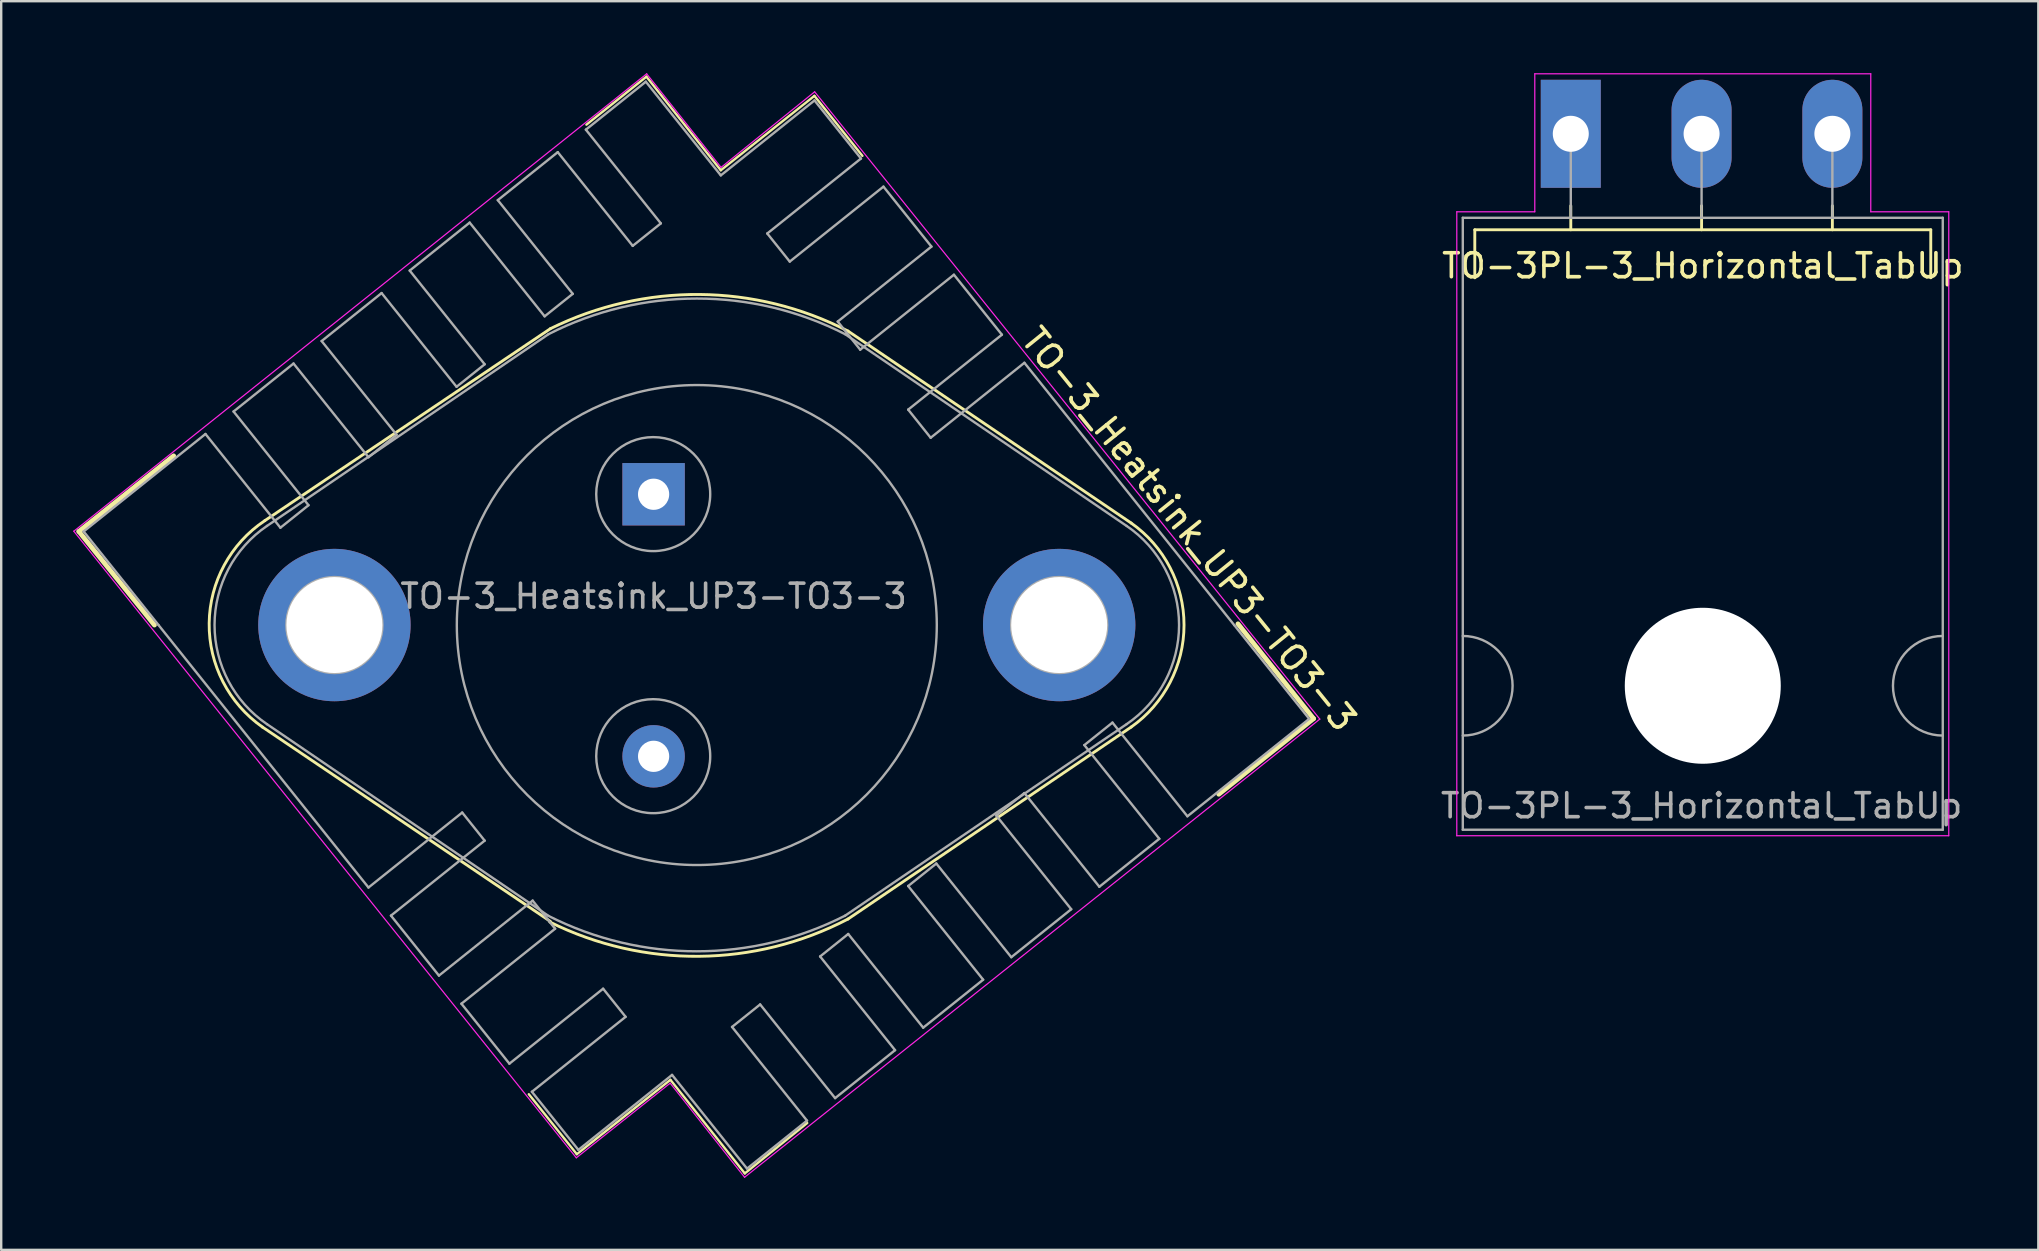
<source format=kicad_pcb>
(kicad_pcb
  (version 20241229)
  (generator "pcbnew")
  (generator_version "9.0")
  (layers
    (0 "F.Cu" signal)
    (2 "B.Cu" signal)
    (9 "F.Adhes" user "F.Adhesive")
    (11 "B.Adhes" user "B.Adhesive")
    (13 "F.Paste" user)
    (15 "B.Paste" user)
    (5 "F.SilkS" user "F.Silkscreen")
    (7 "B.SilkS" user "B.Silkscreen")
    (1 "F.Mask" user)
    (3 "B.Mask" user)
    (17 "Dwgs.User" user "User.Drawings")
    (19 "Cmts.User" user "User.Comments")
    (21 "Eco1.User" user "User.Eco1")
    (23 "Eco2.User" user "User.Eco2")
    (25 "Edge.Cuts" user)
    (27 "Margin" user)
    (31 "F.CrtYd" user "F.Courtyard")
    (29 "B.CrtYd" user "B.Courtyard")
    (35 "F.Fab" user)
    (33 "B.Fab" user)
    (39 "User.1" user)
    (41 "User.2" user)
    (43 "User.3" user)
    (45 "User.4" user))
  (footprint "TO-3_Heatsink_UP3-TO3-3"
    (layer "F.Cu")
    (at 24.185 17.545)
    (property "Reference" "TO-3_Heatsink_UP3-TO3-3" (at 22.31 1.46 309) (layer "F.SilkS") (effects (font (size 1 1) (thickness 0.15))))
    (attr through_hole)
    (fp_line (start -23.95 1.55) (end -20.8 5.45) (stroke (width 0.2) (type default)) (layer "F.SilkS"))
    (fp_line (start -23.95 1.55) (end -20 -1.6) (stroke (width 0.2) (type default)) (layer "F.SilkS"))
    (fp_line (start -5.2 25) (end -3.2 27.5) (stroke (width 0.1) (type default)) (layer "F.SilkS"))
    (fp_line (start -4.3 -6.9) (end -16.2 1.1) (stroke (width 0.12) (type solid)) (layer "F.SilkS"))
    (fp_line (start -4.3 17.8) (end -16.3 9.7) (stroke (width 0.12) (type solid)) (layer "F.SilkS"))
    (fp_line (start -3.2 27.5) (end 0.7 24.4) (stroke (width 0.1) (type default)) (layer "F.SilkS"))
    (fp_line (start -2.8 -15.4) (end -0.3 -17.4) (stroke (width 0.1) (type default)) (layer "F.SilkS"))
    (fp_line (start -0.3 -17.4) (end 2.8 -13.5) (stroke (width 0.1) (type default)) (layer "F.SilkS"))
    (fp_line (start 0.7 24.4) (end 3.8 28.3) (stroke (width 0.1) (type default)) (layer "F.SilkS"))
    (fp_line (start 2.8 -13.5) (end 6.7 -16.6) (stroke (width 0.1) (type default)) (layer "F.SilkS"))
    (fp_line (start 3.8 28.3) (end 6.4 26.2) (stroke (width 0.1) (type default)) (layer "F.SilkS"))
    (fp_line (start 6.7 -16.6) (end 8.7 -14.1) (stroke (width 0.1) (type default)) (layer "F.SilkS"))
    (fp_line (start 8.1 -6.8) (end 19.9 1.2) (stroke (width 0.12) (type solid)) (layer "F.SilkS"))
    (fp_line (start 8.1 17.7) (end 19.9 9.7) (stroke (width 0.12) (type solid)) (layer "F.SilkS"))
    (fp_line (start 27.5 9.35) (end 23.55 12.5) (stroke (width 0.2) (type default)) (layer "F.SilkS"))
    (fp_line (start 27.5 9.35) (end 24.35 5.4) (stroke (width 0.2) (type default)) (layer "F.SilkS"))
    (fp_arc (start -16.3 9.7) (mid -18.519226 5.373613) (end -16.2 1.1) (stroke (width 0.12) (type solid)) (layer "F.SilkS"))
    (fp_arc (start -4.3 -6.9) (mid 1.911888 -8.324079) (end 8.1 -6.8) (stroke (width 0.12) (type solid)) (layer "F.SilkS"))
    (fp_arc (start 8.1 17.7) (mid 1.90661 19.252956) (end -4.325 17.825) (stroke (width 0.12) (type solid)) (layer "F.SilkS"))
    (fp_arc (start 19.9 1.2) (mid 22.102158 5.45) (end 19.9 9.7) (stroke (width 0.12) (type solid)) (layer "F.SilkS"))
    (fp_line (start -24.16 1.54) (end -3.22 27.65) (stroke (width 0.05) (type default)) (layer "F.CrtYd"))
    (fp_line (start -3.22 27.65) (end 0.69 24.54) (stroke (width 0.05) (type default)) (layer "F.CrtYd"))
    (fp_line (start -0.29 -17.52) (end -24.16 1.54) (stroke (width 0.05) (type default)) (layer "F.CrtYd"))
    (fp_line (start 0.69 24.54) (end 3.79 28.46) (stroke (width 0.05) (type default)) (layer "F.CrtYd"))
    (fp_line (start 2.81 -13.62) (end -0.29 -17.52) (stroke (width 0.05) (type default)) (layer "F.CrtYd"))
    (fp_line (start 3.79 28.46) (end 27.76 9.37) (stroke (width 0.05) (type default)) (layer "F.CrtYd"))
    (fp_line (start 6.71 -16.77) (end 2.81 -13.62) (stroke (width 0.05) (type default)) (layer "F.CrtYd"))
    (fp_line (start 27.76 9.37) (end 6.71 -16.77) (stroke (width 0.05) (type default)) (layer "F.CrtYd"))
    (fp_line (start -23.75 1.55) (end -18.674 -2.511) (stroke (width 0.1) (type default)) (layer "F.Fab"))
    (fp_line (start -20.627 5.454) (end -23.75 1.55) (stroke (width 0.1) (type default)) (layer "F.Fab"))
    (fp_line (start -18.674 -2.511) (end -15.551 1.394) (stroke (width 0.1) (type default)) (layer "F.Fab"))
    (fp_line (start -17.503 -3.448) (end -15.004 -5.447) (stroke (width 0.1) (type default)) (layer "F.Fab"))
    (fp_line (start -15.551 1.394) (end -14.38 0.457) (stroke (width 0.1) (type default)) (layer "F.Fab"))
    (fp_line (start -15.004 -5.447) (end -11.881 -1.542) (stroke (width 0.1) (type default)) (layer "F.Fab"))
    (fp_line (start -14.38 0.457) (end -17.503 -3.448) (stroke (width 0.1) (type default)) (layer "F.Fab"))
    (fp_line (start -13.833 -6.384) (end -11.334 -8.383) (stroke (width 0.1) (type default)) (layer "F.Fab"))
    (fp_line (start -11.881 -1.542) (end -10.709 -2.479) (stroke (width 0.1) (type default)) (layer "F.Fab"))
    (fp_line (start -11.881 16.387) (end -20.627 5.454) (stroke (width 0.1) (type default)) (layer "F.Fab"))
    (fp_line (start -11.334 -8.383) (end -8.211 -4.478) (stroke (width 0.1) (type default)) (layer "F.Fab"))
    (fp_line (start -10.944 17.558) (end -7.039 14.434) (stroke (width 0.1) (type default)) (layer "F.Fab"))
    (fp_line (start -10.709 -2.479) (end -13.833 -6.384) (stroke (width 0.1) (type default)) (layer "F.Fab"))
    (fp_line (start -10.163 -9.32) (end -7.664 -11.319) (stroke (width 0.1) (type default)) (layer "F.Fab"))
    (fp_line (start -8.945 20.057) (end -10.944 17.558) (stroke (width 0.1) (type default)) (layer "F.Fab"))
    (fp_line (start -8.211 -4.478) (end -7.039 -5.415) (stroke (width 0.1) (type default)) (layer "F.Fab"))
    (fp_line (start -8.008 21.228) (end -4.103 18.104) (stroke (width 0.1) (type default)) (layer "F.Fab"))
    (fp_line (start -7.976 13.263) (end -11.881 16.387) (stroke (width 0.1) (type default)) (layer "F.Fab"))
    (fp_line (start -7.664 -11.319) (end -4.541 -7.414) (stroke (width 0.1) (type default)) (layer "F.Fab"))
    (fp_line (start -7.039 -5.415) (end -10.163 -9.32) (stroke (width 0.1) (type default)) (layer "F.Fab"))
    (fp_line (start -7.039 14.434) (end -7.976 13.263) (stroke (width 0.1) (type default)) (layer "F.Fab"))
    (fp_line (start -6.493 -12.256) (end -3.994 -14.255) (stroke (width 0.1) (type default)) (layer "F.Fab"))
    (fp_line (start -6.009 23.727) (end -8.008 21.228) (stroke (width 0.1) (type default)) (layer "F.Fab"))
    (fp_line (start -5.072 24.898) (end -1.167 21.775) (stroke (width 0.1) (type default)) (layer "F.Fab"))
    (fp_line (start -5.04 16.933) (end -8.945 20.057) (stroke (width 0.1) (type default)) (layer "F.Fab"))
    (fp_line (start -4.541 -7.414) (end -3.369 -8.351) (stroke (width 0.1) (type default)) (layer "F.Fab"))
    (fp_line (start -4.38 -6.67) (end -16.11 1.32) (stroke (width 0.1) (type solid)) (layer "F.Fab"))
    (fp_line (start -4.38 17.57) (end -16.11 9.58) (stroke (width 0.1) (type solid)) (layer "F.Fab"))
    (fp_line (start -4.103 18.104) (end -5.04 16.933) (stroke (width 0.1) (type default)) (layer "F.Fab"))
    (fp_line (start -3.994 -14.255) (end -0.871 -10.35) (stroke (width 0.1) (type default)) (layer "F.Fab"))
    (fp_line (start -3.369 -8.351) (end -6.493 -12.256) (stroke (width 0.1) (type default)) (layer "F.Fab"))
    (fp_line (start -3.135 27.319) (end -5.072 24.898) (stroke (width 0.1) (type default)) (layer "F.Fab"))
    (fp_line (start -2.823 -15.192) (end -0.324 -17.191) (stroke (width 0.1) (type default)) (layer "F.Fab"))
    (fp_line (start -2.104 20.603) (end -6.009 23.727) (stroke (width 0.1) (type default)) (layer "F.Fab"))
    (fp_line (start -1.167 21.775) (end -2.104 20.603) (stroke (width 0.1) (type default)) (layer "F.Fab"))
    (fp_line (start -0.871 -10.35) (end 0.301 -11.287) (stroke (width 0.1) (type default)) (layer "F.Fab"))
    (fp_line (start -0.324 -17.191) (end 2.8 -13.287) (stroke (width 0.1) (type default)) (layer "F.Fab"))
    (fp_line (start 0.301 -11.287) (end -2.823 -15.192) (stroke (width 0.1) (type default)) (layer "F.Fab"))
    (fp_line (start 0.769 24.195) (end -3.135 27.319) (stroke (width 0.1) (type default)) (layer "F.Fab"))
    (fp_line (start 2.8 -13.287) (end 6.704 -16.41) (stroke (width 0.1) (type default)) (layer "F.Fab"))
    (fp_line (start 3.268 22.196) (end 6.392 26.101) (stroke (width 0.1) (type default)) (layer "F.Fab"))
    (fp_line (start 3.893 28.1) (end 0.769 24.195) (stroke (width 0.1) (type default)) (layer "F.Fab"))
    (fp_line (start 4.439 21.259) (end 3.268 22.196) (stroke (width 0.1) (type default)) (layer "F.Fab"))
    (fp_line (start 4.736 -10.866) (end 5.673 -9.695) (stroke (width 0.1) (type default)) (layer "F.Fab"))
    (fp_line (start 5.673 -9.695) (end 9.577 -12.818) (stroke (width 0.1) (type default)) (layer "F.Fab"))
    (fp_line (start 6.392 26.101) (end 3.893 28.1) (stroke (width 0.1) (type default)) (layer "F.Fab"))
    (fp_line (start 6.704 -16.41) (end 8.64 -13.989) (stroke (width 0.1) (type default)) (layer "F.Fab"))
    (fp_line (start 6.938 19.26) (end 10.062 23.164) (stroke (width 0.1) (type default)) (layer "F.Fab"))
    (fp_line (start 7.563 25.163) (end 4.439 21.259) (stroke (width 0.1) (type default)) (layer "F.Fab"))
    (fp_line (start 7.672 -7.196) (end 8.609 -6.024) (stroke (width 0.1) (type default)) (layer "F.Fab"))
    (fp_line (start 7.98 -6.67) (end 19.71 1.32) (stroke (width 0.1) (type solid)) (layer "F.Fab"))
    (fp_line (start 7.98 17.56) (end 19.71 9.58) (stroke (width 0.1) (type solid)) (layer "F.Fab"))
    (fp_line (start 8.109 18.323) (end 6.938 19.26) (stroke (width 0.1) (type default)) (layer "F.Fab"))
    (fp_line (start 8.609 -6.024) (end 12.514 -9.148) (stroke (width 0.1) (type default)) (layer "F.Fab"))
    (fp_line (start 8.64 -13.989) (end 4.736 -10.866) (stroke (width 0.1) (type default)) (layer "F.Fab"))
    (fp_line (start 9.577 -12.818) (end 11.577 -10.319) (stroke (width 0.1) (type default)) (layer "F.Fab"))
    (fp_line (start 10.062 23.164) (end 7.563 25.163) (stroke (width 0.1) (type default)) (layer "F.Fab"))
    (fp_line (start 10.608 -3.526) (end 11.545 -2.354) (stroke (width 0.1) (type default)) (layer "F.Fab"))
    (fp_line (start 10.608 16.324) (end 13.732 20.228) (stroke (width 0.1) (type default)) (layer "F.Fab"))
    (fp_line (start 11.233 22.227) (end 8.109 18.323) (stroke (width 0.1) (type default)) (layer "F.Fab"))
    (fp_line (start 11.545 -2.354) (end 15.45 -5.478) (stroke (width 0.1) (type default)) (layer "F.Fab"))
    (fp_line (start 11.577 -10.319) (end 7.672 -7.196) (stroke (width 0.1) (type default)) (layer "F.Fab"))
    (fp_line (start 11.78 15.387) (end 10.608 16.324) (stroke (width 0.1) (type default)) (layer "F.Fab"))
    (fp_line (start 12.514 -9.148) (end 14.513 -6.649) (stroke (width 0.1) (type default)) (layer "F.Fab"))
    (fp_line (start 13.732 20.228) (end 11.233 22.227) (stroke (width 0.1) (type default)) (layer "F.Fab"))
    (fp_line (start 14.278 13.388) (end 17.402 17.292) (stroke (width 0.1) (type default)) (layer "F.Fab"))
    (fp_line (start 14.513 -6.649) (end 10.608 -3.526) (stroke (width 0.1) (type default)) (layer "F.Fab"))
    (fp_line (start 14.903 19.291) (end 11.78 15.387) (stroke (width 0.1) (type default)) (layer "F.Fab"))
    (fp_line (start 15.45 -5.478) (end 24.195 5.454) (stroke (width 0.1) (type default)) (layer "F.Fab"))
    (fp_line (start 15.45 12.451) (end 14.278 13.388) (stroke (width 0.1) (type default)) (layer "F.Fab"))
    (fp_line (start 17.402 17.292) (end 14.903 19.291) (stroke (width 0.1) (type default)) (layer "F.Fab"))
    (fp_line (start 17.948 10.452) (end 21.072 14.356) (stroke (width 0.1) (type default)) (layer "F.Fab"))
    (fp_line (start 18.573 16.355) (end 15.45 12.451) (stroke (width 0.1) (type default)) (layer "F.Fab"))
    (fp_line (start 19.12 9.515) (end 17.948 10.452) (stroke (width 0.1) (type default)) (layer "F.Fab"))
    (fp_line (start 21.072 14.356) (end 18.573 16.355) (stroke (width 0.1) (type default)) (layer "F.Fab"))
    (fp_line (start 22.243 13.419) (end 19.12 9.515) (stroke (width 0.1) (type default)) (layer "F.Fab"))
    (fp_line (start 24.195 5.454) (end 27.319 9.359) (stroke (width 0.1) (type default)) (layer "F.Fab"))
    (fp_line (start 27.319 9.359) (end 22.243 13.419) (stroke (width 0.1) (type default)) (layer "F.Fab"))
    (fp_arc (start -16.11 9.58) (mid -18.295292 5.45) (end -16.11 1.32) (stroke (width 0.1) (type solid)) (layer "F.Fab"))
    (fp_arc (start -4.38 -6.67) (mid 1.8 -8.154661) (end 7.98 -6.67) (stroke (width 0.1) (type solid)) (layer "F.Fab"))
    (fp_arc (start 7.98 17.56) (mid 1.801197 19.045069) (end -4.38 17.57) (stroke (width 0.1) (type solid)) (layer "F.Fab"))
    (fp_arc (start 19.71 1.32) (mid 21.895289 5.45) (end 19.71 9.58) (stroke (width 0.1) (type solid)) (layer "F.Fab"))
    (fp_circle (center -13.316 5.454) (end -13.316 7.354) (stroke (width 0.1) (type default)) (fill no) (layer "F.Fab"))
    (fp_circle (center -13.3 5.45) (end -15.3 5.45) (stroke (width 0.1) (type solid)) (fill no) (layer "F.Fab"))
    (fp_circle (center -0.016 -0.006) (end -0.016 2.369) (stroke (width 0.1) (type default)) (fill no) (layer "F.Fab"))
    (fp_circle (center -0.016 10.914) (end -0.016 13.289) (stroke (width 0.1) (type default)) (fill no) (layer "F.Fab"))
    (fp_circle (center 1.8 5.45) (end 11.8 5.45) (stroke (width 0.1) (type solid)) (fill no) (layer "F.Fab"))
    (fp_circle (center 16.884 5.454) (end 16.884 7.354) (stroke (width 0.1) (type default)) (fill no) (layer "F.Fab"))
    (fp_circle (center 16.9 5.45) (end 18.9 5.45) (stroke (width 0.1) (type solid)) (fill no) (layer "F.Fab"))
    (fp_text user "${REFERENCE}" (at 0 4.25 0) (layer "F.Fab") (effects (font (size 1 1) (thickness 0.15))))
    (pad "1" thru_hole rect (at 0 0) (size 2.6 2.6) (drill 1.3) (layers "*.Cu" "*.Mask"))
    (pad "2" thru_hole circle (at 0 10.92) (size 2.6 2.6) (drill 1.3) (layers "*.Cu" "*.Mask"))
    (pad "3" thru_hole circle (at -13.3 5.45) (size 6.35 6.35) (drill 4) (layers "*.Cu" "*.Mask"))
    (pad "3" thru_hole circle (at 16.9 5.45) (size 6.35 6.35) (drill 4) (layers "*.Cu" "*.Mask")))
  (footprint "TO-3PL-3_Horizontal_TabUp"
    (layer "F.Cu")
    (at 62.403 2.525)
    (property "Reference" "TO-3PL-3_Horizontal_TabUp" (at 5.5 5.5 0) (layer "F.SilkS") (effects (font (size 1 1) (thickness 0.15))))
    (attr through_hole)
    (fp_line (start -4 4) (end -4 6) (stroke (width 0.12) (type solid)) (layer "F.SilkS"))
    (fp_line (start -4 4) (end 15 4) (stroke (width 0.12) (type solid)) (layer "F.SilkS"))
    (fp_line (start 0 3) (end 0 4) (stroke (width 0.12) (type solid)) (layer "F.SilkS"))
    (fp_line (start 5.45 3) (end 5.45 4) (stroke (width 0.12) (type solid)) (layer "F.SilkS"))
    (fp_line (start 10.9 3) (end 10.9 4) (stroke (width 0.12) (type solid)) (layer "F.SilkS"))
    (fp_line (start 15 4) (end 15 6) (stroke (width 0.12) (type solid)) (layer "F.SilkS"))
    (fp_line (start -4.75 3.25) (end -4.75 29.25) (stroke (width 0.05) (type solid)) (layer "F.CrtYd"))
    (fp_line (start -4.75 29.25) (end 15.75 29.25) (stroke (width 0.05) (type solid)) (layer "F.CrtYd"))
    (fp_line (start -1.5 -2.5) (end -1.5 3.25) (stroke (width 0.05) (type default)) (layer "F.CrtYd"))
    (fp_line (start -1.5 3.25) (end -4.75 3.25) (stroke (width 0.05) (type default)) (layer "F.CrtYd"))
    (fp_line (start 12.5 -2.5) (end -1.5 -2.5) (stroke (width 0.05) (type solid)) (layer "F.CrtYd"))
    (fp_line (start 12.5 -2.5) (end 12.5 3.25) (stroke (width 0.05) (type default)) (layer "F.CrtYd"))
    (fp_line (start 12.5 3.25) (end 15.75 3.25) (stroke (width 0.05) (type default)) (layer "F.CrtYd"))
    (fp_line (start 15.75 29.25) (end 15.75 3.25) (stroke (width 0.05) (type solid)) (layer "F.CrtYd"))
    (fp_line (start -4.5 3.5) (end -4.5 29) (stroke (width 0.1) (type solid)) (layer "F.Fab"))
    (fp_line (start -4.5 29) (end 15.5 29) (stroke (width 0.1) (type default)) (layer "F.Fab"))
    (fp_line (start 0 3.5) (end 0 0) (stroke (width 0.1) (type solid)) (layer "F.Fab"))
    (fp_line (start 5.45 3.5) (end 5.45 0) (stroke (width 0.1) (type solid)) (layer "F.Fab"))
    (fp_line (start 10.9 3.5) (end 10.9 0) (stroke (width 0.1) (type solid)) (layer "F.Fab"))
    (fp_line (start 15.5 3.5) (end -4.5 3.5) (stroke (width 0.1) (type solid)) (layer "F.Fab"))
    (fp_line (start 15.5 29) (end 15.5 3.5) (stroke (width 0.1) (type solid)) (layer "F.Fab"))
    (fp_arc (start -4.5 20.925) (mid -2.425 23) (end -4.5 25.075) (stroke (width 0.1) (type default)) (layer "F.Fab"))
    (fp_arc (start 15.5 25.075) (mid 13.425 23) (end 15.5 20.925) (stroke (width 0.1) (type default)) (layer "F.Fab"))
    (fp_circle (center 5.5 23) (end 7.1 23) (stroke (width 0.1) (type solid)) (fill no) (layer "F.Fab"))
    (fp_text user "${REFERENCE}" (at 5.45 28 0) (layer "F.Fab") (effects (font (size 1 1) (thickness 0.15))))
    (pad "" np_thru_hole circle (at 5.5 23) (size 6.5 6.5) (drill 6.5) (layers "*.Cu" "*.Mask"))
    (pad "1" thru_hole rect (at 0 0) (size 2.5 4.5) (drill 1.5) (layers "*.Cu" "*.Mask"))
    (pad "2" thru_hole oval (at 5.45 0) (size 2.5 4.5) (drill 1.5) (layers "*.Cu" "*.Mask"))
    (pad "3" thru_hole oval (at 10.9 0) (size 2.5 4.5) (drill 1.5) (layers "*.Cu" "*.Mask")))
  (gr_rect
    (start -3 -3)
    (end 81.885 49.03)
    (stroke (width 0.1) (type default))
    (fill no)
    (layer "Edge.Cuts")))
</source>
